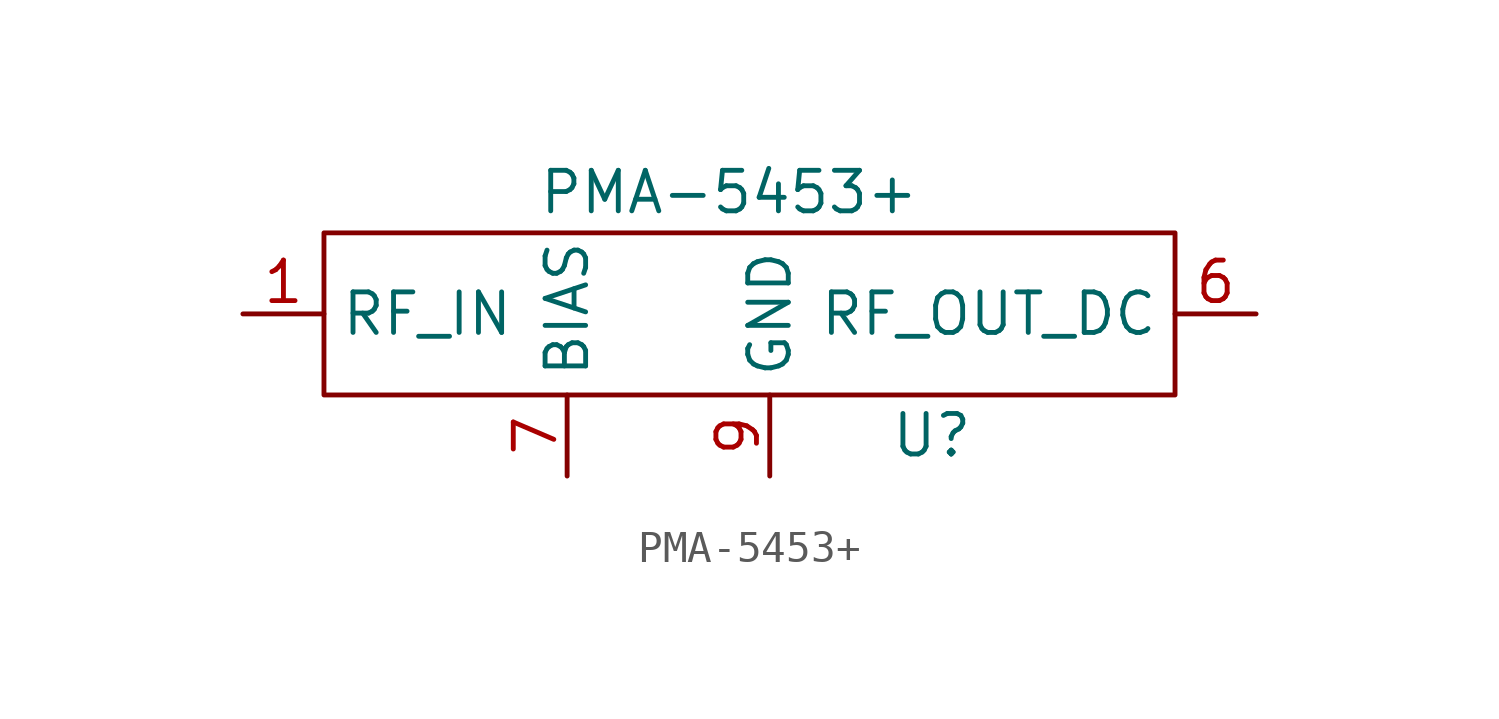
<source format=kicad_sym>
(kicad_symbol_lib
  (version 20211014)
  (generator kicad_symbol_editor)
  (symbol "PMA-5453+"
    (property "Reference" "U"
      (at 5.08 -3.81 0)
      (effects (font (size 1.27 1.27))))
    (property "Value" "PMA-5453+"
      (at -1.27 3.81 0)
      (effects (font (size 1.27 1.27))))
    (symbol "PMA-5453+_0_1"
      (rectangle (start -13.97 2.54) (end 12.7 -2.54) (stroke (width 0) (type default) (color 0 0 0 0)) (fill (type none))))
    (symbol "PMA-5453+_1_1"
      (pin input line (at -16.51 0 0) (length 2.54) (name "RF_IN" (effects (font (size 1.27 1.27)))) (number "1" (effects (font (size 1.27 1.27)))))
      (pin input line (at 15.24 0 180) (length 2.54) (name "RF_OUT_DC" (effects (font (size 1.27 1.27)))) (number "6" (effects (font (size 1.27 1.27)))))
      (pin input line (at -6.35 -5.08 90) (length 2.54) (name "BIAS" (effects (font (size 1.27 1.27)))) (number "7" (effects (font (size 1.27 1.27)))))
      (pin input line (at 0 -5.08 90) (length 2.54) (name "GND" (effects (font (size 1.27 1.27)))) (number "9" (effects (font (size 1.27 1.27))))))))
</source>
